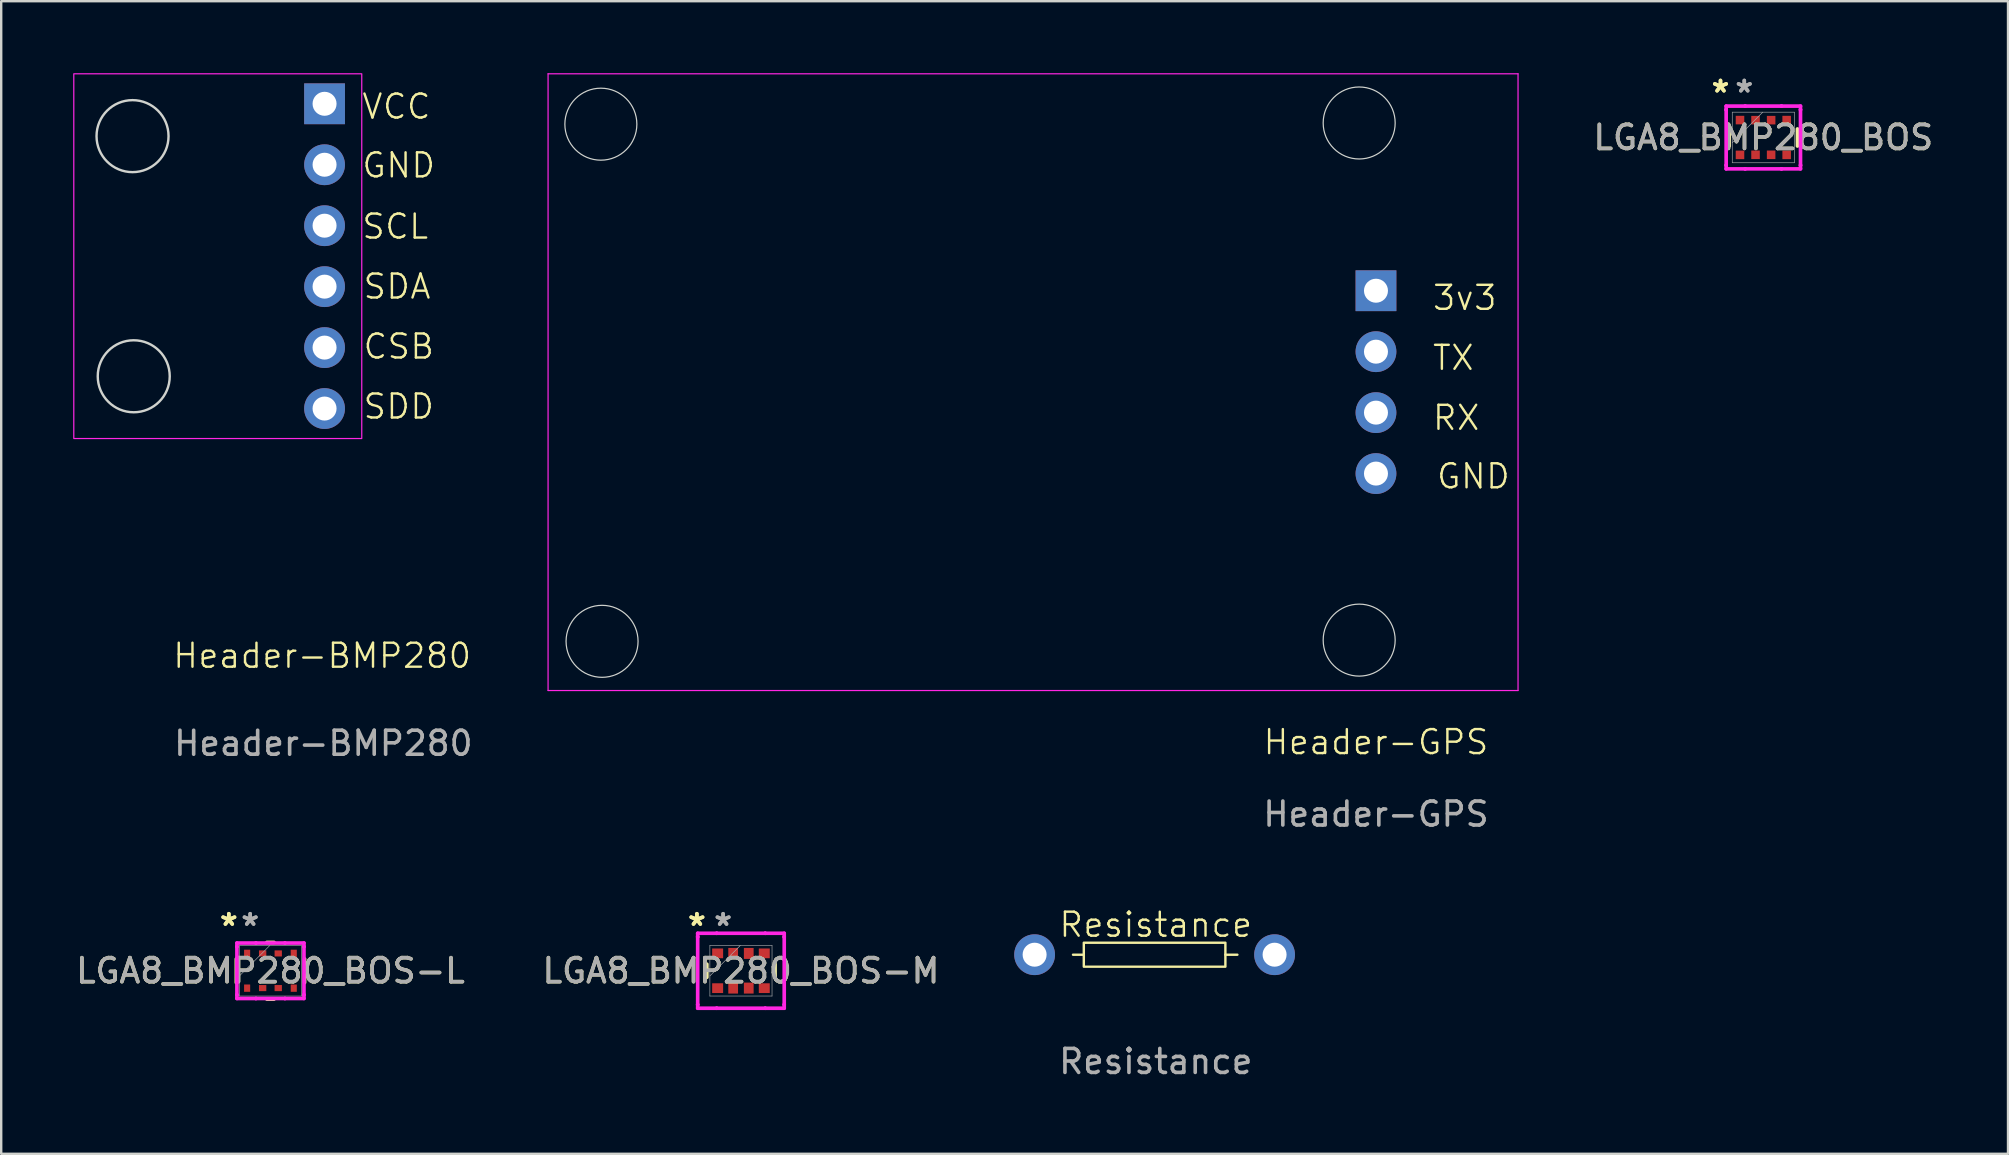
<source format=kicad_pcb>
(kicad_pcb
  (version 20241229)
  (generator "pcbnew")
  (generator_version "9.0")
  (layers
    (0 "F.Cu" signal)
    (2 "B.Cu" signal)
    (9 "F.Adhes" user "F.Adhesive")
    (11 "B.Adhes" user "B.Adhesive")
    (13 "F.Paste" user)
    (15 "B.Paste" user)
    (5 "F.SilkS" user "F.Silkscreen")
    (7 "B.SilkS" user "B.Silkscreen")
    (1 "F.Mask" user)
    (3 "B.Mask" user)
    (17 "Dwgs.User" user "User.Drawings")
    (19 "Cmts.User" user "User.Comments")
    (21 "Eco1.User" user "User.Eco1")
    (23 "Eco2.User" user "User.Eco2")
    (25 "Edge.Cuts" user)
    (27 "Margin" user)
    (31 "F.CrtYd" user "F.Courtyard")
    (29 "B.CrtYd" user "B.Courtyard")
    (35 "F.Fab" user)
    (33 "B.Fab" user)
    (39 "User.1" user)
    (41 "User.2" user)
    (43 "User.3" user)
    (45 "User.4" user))
  (footprint "Header-GPS"
    (layer "F.Cu")
    (at 54.289 12.875)
    (property "Reference" "Header-GPS" (at 0 15 0) (unlocked yes) (layer "F.SilkS") (effects (font (size 1 1) (thickness 0.1))))
    (attr through_hole)
    (fp_circle (center -32.3 -10.75) (end -30.8 -10.75) (stroke (width 0.05) (type default)) (fill no) (layer "Edge.Cuts"))
    (fp_circle (center -32.25 10.8) (end -30.75 10.8) (stroke (width 0.05) (type default)) (fill no) (layer "Edge.Cuts"))
    (fp_circle (center -0.7 -10.8) (end 0.8 -10.8) (stroke (width 0.05) (type default)) (fill no) (layer "Edge.Cuts"))
    (fp_circle (center -0.7 10.75) (end 0.8 10.75) (stroke (width 0.05) (type default)) (fill no) (layer "Edge.Cuts"))
    (fp_line (start -34.5 -12.85) (end 5.92 -12.85) (stroke (width 0.05) (type solid)) (layer "F.CrtYd"))
    (fp_line (start -34.5 12.85) (end -34.5 -12.85) (stroke (width 0.05) (type solid)) (layer "F.CrtYd"))
    (fp_line (start 5.92 -12.85) (end 5.92 12.85) (stroke (width 0.05) (type solid)) (layer "F.CrtYd"))
    (fp_line (start 5.92 12.85) (end -34.5 12.85) (stroke (width 0.05) (type solid)) (layer "F.CrtYd"))
    (fp_text user "RX" (at 2.3 2.07 0) (unlocked yes) (layer "F.SilkS") (effects (font (size 1 1) (thickness 0.1)) (justify left bottom)))
    (fp_text user "GND" (at 2.47 4.508 0) (unlocked yes) (layer "F.SilkS") (effects (font (size 1 1) (thickness 0.1)) (justify left bottom)))
    (fp_text user "TX" (at 2.3 -0.43 0) (unlocked yes) (layer "F.SilkS") (effects (font (size 1 1) (thickness 0.1)) (justify left bottom)))
    (fp_text user "3v3" (at 2.3 -2.93 0) (unlocked yes) (layer "F.SilkS") (effects (font (size 1 1) (thickness 0.1)) (justify left bottom)))
    (fp_text user "${REFERENCE}" (at 0 18 0) (unlocked yes) (layer "F.Fab") (effects (font (size 1 1) (thickness 0.15))))
    (pad "1" thru_hole rect (at 0 -3.81) (size 1.7 1.7) (drill 1) (layers "*.Cu" "*.Mask"))
    (pad "2" thru_hole oval (at 0 -1.27) (size 1.7 1.7) (drill 1) (layers "*.Cu" "*.Mask"))
    (pad "3" thru_hole oval (at 0 1.27) (size 1.7 1.7) (drill 1) (layers "*.Cu" "*.Mask"))
    (pad "4" thru_hole oval (at 0 3.81) (size 1.7 1.7) (drill 1) (layers "*.Cu" "*.Mask")))
  (footprint "Resistance"
    (layer "F.Cu")
    (at 45.164 36.834)
    (property "Reference" "Resistance" (at -0.05 -1.35 0) (unlocked yes) (layer "F.SilkS") (effects (font (size 1 1) (thickness 0.1))))
    (attr through_hole)
    (fp_line (start -3.5 -0.1) (end -3.05 -0.1) (stroke (width 0.1) (type default)) (layer "F.SilkS"))
    (fp_line (start 2.85 -0.1) (end 3.35 -0.1) (stroke (width 0.1) (type default)) (layer "F.SilkS"))
    (fp_rect (start -3.05 -0.6) (end 2.85 0.4) (stroke (width 0.1) (type default)) (fill no) (layer "F.SilkS"))
    (fp_text user "${REFERENCE}" (at -0.05 4.35 0) (unlocked yes) (layer "F.Fab") (effects (font (size 1 1) (thickness 0.15))))
    (pad "1" thru_hole oval (at 4.9 -0.1) (size 1.7 1.7) (drill 1) (layers "*.Cu" "*.Mask"))
    (pad "2" thru_hole oval (at -5.1 -0.1) (size 1.7 1.7) (drill 1) (layers "*.Cu" "*.Mask")))
  (footprint "LGA8_BMP280_BOS-L"
    (layer "F.Cu")
    (at 8.22 37.403)
    (property "Reference" "LGA8_BMP280_BOS-L" (at 0 0 0) (unlocked yes) (layer "F.SilkS") (effects (font (size 1 1) (thickness 0.15))))
    (attr smd)
    (fp_line (start -1.422 -0.493) (end -1.422 0.493) (stroke (width 0.152) (type solid)) (layer "F.SilkS"))
    (fp_line (start -0.149 1.181) (end 0.149 1.181) (stroke (width 0.152) (type solid)) (layer "F.SilkS"))
    (fp_line (start 0.149 -1.181) (end -0.149 -1.181) (stroke (width 0.152) (type solid)) (layer "F.SilkS"))
    (fp_line (start 1.422 0.493) (end 1.422 -0.493) (stroke (width 0.152) (type solid)) (layer "F.SilkS"))
    (fp_line (start -1.397 -1.156) (end -0.604 -1.156) (stroke (width 0.152) (type solid)) (layer "F.CrtYd"))
    (fp_line (start -1.397 -1.004) (end -1.397 -1.156) (stroke (width 0.152) (type solid)) (layer "F.CrtYd"))
    (fp_line (start -1.397 -1.004) (end -1.397 -1.004) (stroke (width 0.152) (type solid)) (layer "F.CrtYd"))
    (fp_line (start -1.397 1.004) (end -1.397 -1.004) (stroke (width 0.152) (type solid)) (layer "F.CrtYd"))
    (fp_line (start -1.397 1.004) (end -1.397 1.004) (stroke (width 0.152) (type solid)) (layer "F.CrtYd"))
    (fp_line (start -1.397 1.156) (end -1.397 1.004) (stroke (width 0.152) (type solid)) (layer "F.CrtYd"))
    (fp_line (start -1.397 1.156) (end -0.604 1.156) (stroke (width 0.152) (type solid)) (layer "F.CrtYd"))
    (fp_line (start -0.604 -1.156) (end -0.604 -1.156) (stroke (width 0.152) (type solid)) (layer "F.CrtYd"))
    (fp_line (start -0.604 -1.156) (end 0.604 -1.156) (stroke (width 0.152) (type solid)) (layer "F.CrtYd"))
    (fp_line (start -0.604 1.156) (end -0.604 1.156) (stroke (width 0.152) (type solid)) (layer "F.CrtYd"))
    (fp_line (start -0.604 1.156) (end 0.604 1.156) (stroke (width 0.152) (type solid)) (layer "F.CrtYd"))
    (fp_line (start 0.604 -1.156) (end 0.604 -1.156) (stroke (width 0.152) (type solid)) (layer "F.CrtYd"))
    (fp_line (start 0.604 -1.156) (end 1.397 -1.156) (stroke (width 0.152) (type solid)) (layer "F.CrtYd"))
    (fp_line (start 0.604 1.156) (end 0.604 1.156) (stroke (width 0.152) (type solid)) (layer "F.CrtYd"))
    (fp_line (start 0.604 1.156) (end 1.397 1.156) (stroke (width 0.152) (type solid)) (layer "F.CrtYd"))
    (fp_line (start 1.397 -1.004) (end 1.397 -1.156) (stroke (width 0.152) (type solid)) (layer "F.CrtYd"))
    (fp_line (start 1.397 -1.004) (end 1.397 -1.004) (stroke (width 0.152) (type solid)) (layer "F.CrtYd"))
    (fp_line (start 1.397 1.004) (end 1.397 -1.004) (stroke (width 0.152) (type solid)) (layer "F.CrtYd"))
    (fp_line (start 1.397 1.004) (end 1.397 1.004) (stroke (width 0.152) (type solid)) (layer "F.CrtYd"))
    (fp_line (start 1.397 1.156) (end 1.397 1.004) (stroke (width 0.152) (type solid)) (layer "F.CrtYd"))
    (fp_line (start -1.295 -1.054) (end -1.295 1.054) (stroke (width 0.025) (type solid)) (layer "F.Fab"))
    (fp_line (start -1.295 0.216) (end -0.025 -1.054) (stroke (width 0.025) (type solid)) (layer "F.Fab"))
    (fp_line (start -1.295 1.054) (end 1.295 1.054) (stroke (width 0.025) (type solid)) (layer "F.Fab"))
    (fp_line (start 1.295 -1.054) (end -1.295 -1.054) (stroke (width 0.025) (type solid)) (layer "F.Fab"))
    (fp_line (start 1.295 1.054) (end 1.295 -1.054) (stroke (width 0.025) (type solid)) (layer "F.Fab"))
    (fp_text user "*" (at -1.734 -1.831 0) (unlocked yes) (layer "F.SilkS") (effects (font (size 1 1) (thickness 0.15))))
    (fp_text user "*" (at -1.734 -1.831 0) (layer "F.SilkS") (effects (font (size 1 1) (thickness 0.15))))
    (fp_text user "*" (at -0.845 -1.831 0) (layer "F.Fab") (effects (font (size 1 1) (thickness 0.15))))
    (fp_text user "*" (at -0.845 -1.831 0) (unlocked yes) (layer "F.Fab") (effects (font (size 1 1) (thickness 0.15))))
    (fp_text user "${REFERENCE}" (at 0 0 0) (unlocked yes) (layer "F.Fab") (effects (font (size 1 1) (thickness 0.15))))
    (pad "1" smd rect (at -0.972 -0.725 90) (size 0.305 0.254) (layers "F.Cu" "F.Mask" "F.Paste"))
    (pad "2" smd rect (at -0.325 -0.722) (size 0.305 0.254) (layers "F.Cu" "F.Mask" "F.Paste"))
    (pad "3" smd rect (at 0.325 -0.722) (size 0.305 0.254) (layers "F.Cu" "F.Mask" "F.Paste"))
    (pad "4" smd rect (at 0.972 -0.725 90) (size 0.305 0.254) (layers "F.Cu" "F.Mask" "F.Paste"))
    (pad "5" smd rect (at 0.972 0.725 90) (size 0.305 0.254) (layers "F.Cu" "F.Mask" "F.Paste"))
    (pad "6" smd rect (at 0.325 0.722) (size 0.305 0.254) (layers "F.Cu" "F.Mask" "F.Paste"))
    (pad "7" smd rect (at -0.325 0.722) (size 0.305 0.254) (layers "F.Cu" "F.Mask" "F.Paste"))
    (pad "8" smd rect (at -0.972 0.725 90) (size 0.305 0.254) (layers "F.Cu" "F.Mask" "F.Paste")))
  (footprint "LGA8_BMP280_BOS-M"
    (layer "F.Cu")
    (at 27.827 37.403)
    (property "Reference" "LGA8_BMP280_BOS-M" (at 0 0 0) (unlocked yes) (layer "F.SilkS") (effects (font (size 1 1) (thickness 0.15))))
    (attr smd)
    (fp_line (start -1.422 -0.274) (end -1.422 0.274) (stroke (width 0.152) (type solid)) (layer "F.SilkS"))
    (fp_line (start 1.422 0.274) (end 1.422 -0.274) (stroke (width 0.152) (type solid)) (layer "F.SilkS"))
    (fp_line (start -1.803 -1.562) (end -1.011 -1.562) (stroke (width 0.152) (type solid)) (layer "F.CrtYd"))
    (fp_line (start -1.803 -1.411) (end -1.803 -1.562) (stroke (width 0.152) (type solid)) (layer "F.CrtYd"))
    (fp_line (start -1.803 -1.411) (end -1.803 -1.411) (stroke (width 0.152) (type solid)) (layer "F.CrtYd"))
    (fp_line (start -1.803 1.411) (end -1.803 -1.411) (stroke (width 0.152) (type solid)) (layer "F.CrtYd"))
    (fp_line (start -1.803 1.411) (end -1.803 1.411) (stroke (width 0.152) (type solid)) (layer "F.CrtYd"))
    (fp_line (start -1.803 1.562) (end -1.803 1.411) (stroke (width 0.152) (type solid)) (layer "F.CrtYd"))
    (fp_line (start -1.803 1.562) (end -1.011 1.562) (stroke (width 0.152) (type solid)) (layer "F.CrtYd"))
    (fp_line (start -1.011 -1.562) (end -1.011 -1.562) (stroke (width 0.152) (type solid)) (layer "F.CrtYd"))
    (fp_line (start -1.011 -1.562) (end 1.011 -1.562) (stroke (width 0.152) (type solid)) (layer "F.CrtYd"))
    (fp_line (start -1.011 1.562) (end -1.011 1.562) (stroke (width 0.152) (type solid)) (layer "F.CrtYd"))
    (fp_line (start -1.011 1.562) (end 1.011 1.562) (stroke (width 0.152) (type solid)) (layer "F.CrtYd"))
    (fp_line (start 1.011 -1.562) (end 1.011 -1.562) (stroke (width 0.152) (type solid)) (layer "F.CrtYd"))
    (fp_line (start 1.011 -1.562) (end 1.803 -1.562) (stroke (width 0.152) (type solid)) (layer "F.CrtYd"))
    (fp_line (start 1.011 1.562) (end 1.011 1.562) (stroke (width 0.152) (type solid)) (layer "F.CrtYd"))
    (fp_line (start 1.011 1.562) (end 1.803 1.562) (stroke (width 0.152) (type solid)) (layer "F.CrtYd"))
    (fp_line (start 1.803 -1.411) (end 1.803 -1.562) (stroke (width 0.152) (type solid)) (layer "F.CrtYd"))
    (fp_line (start 1.803 -1.411) (end 1.803 -1.411) (stroke (width 0.152) (type solid)) (layer "F.CrtYd"))
    (fp_line (start 1.803 1.411) (end 1.803 -1.411) (stroke (width 0.152) (type solid)) (layer "F.CrtYd"))
    (fp_line (start 1.803 1.411) (end 1.803 1.411) (stroke (width 0.152) (type solid)) (layer "F.CrtYd"))
    (fp_line (start 1.803 1.562) (end 1.803 1.411) (stroke (width 0.152) (type solid)) (layer "F.CrtYd"))
    (fp_line (start -1.295 -1.054) (end -1.295 1.054) (stroke (width 0.025) (type solid)) (layer "F.Fab"))
    (fp_line (start -1.295 0.216) (end -0.025 -1.054) (stroke (width 0.025) (type solid)) (layer "F.Fab"))
    (fp_line (start -1.295 1.054) (end 1.295 1.054) (stroke (width 0.025) (type solid)) (layer "F.Fab"))
    (fp_line (start 1.295 -1.054) (end -1.295 -1.054) (stroke (width 0.025) (type solid)) (layer "F.Fab"))
    (fp_line (start 1.295 1.054) (end 1.295 -1.054) (stroke (width 0.025) (type solid)) (layer "F.Fab"))
    (fp_text user "*" (at -1.836 -1.831 0) (layer "F.SilkS") (effects (font (size 1 1) (thickness 0.15))))
    (fp_text user "*" (at -1.836 -1.831 0) (unlocked yes) (layer "F.SilkS") (effects (font (size 1 1) (thickness 0.15))))
    (fp_text user "${REFERENCE}" (at 0 0 0) (unlocked yes) (layer "F.Fab") (effects (font (size 1 1) (thickness 0.15))))
    (fp_text user "*" (at -0.744 -1.831 0) (layer "F.Fab") (effects (font (size 1 1) (thickness 0.15))))
    (fp_text user "*" (at -0.744 -1.831 0) (unlocked yes) (layer "F.Fab") (effects (font (size 1 1) (thickness 0.15))))
    (pad "1" smd rect (at -0.972 -0.725 90) (size 0.406 0.457) (layers "F.Cu" "F.Mask" "F.Paste"))
    (pad "2" smd rect (at -0.325 -0.722) (size 0.406 0.457) (layers "F.Cu" "F.Mask" "F.Paste"))
    (pad "3" smd rect (at 0.325 -0.722) (size 0.406 0.457) (layers "F.Cu" "F.Mask" "F.Paste"))
    (pad "4" smd rect (at 0.972 -0.725 90) (size 0.406 0.457) (layers "F.Cu" "F.Mask" "F.Paste"))
    (pad "5" smd rect (at 0.972 0.725 90) (size 0.406 0.457) (layers "F.Cu" "F.Mask" "F.Paste"))
    (pad "6" smd rect (at 0.325 0.722) (size 0.406 0.457) (layers "F.Cu" "F.Mask" "F.Paste"))
    (pad "7" smd rect (at -0.325 0.722) (size 0.406 0.457) (layers "F.Cu" "F.Mask" "F.Paste"))
    (pad "8" smd rect (at -0.972 0.725 90) (size 0.406 0.457) (layers "F.Cu" "F.Mask" "F.Paste")))
  (footprint "Header-BMP280"
    (layer "F.Cu")
    (at 10.475 13.975)
    (property "Reference" "Header-BMP280" (at -0.1 10.3 0) (unlocked yes) (layer "F.SilkS") (effects (font (size 1 1) (thickness 0.1))))
    (attr through_hole)
    (fp_circle (center -8.002 -11.352) (end -6.502 -11.352) (stroke (width 0.1) (type default)) (fill no) (layer "Edge.Cuts"))
    (fp_circle (center -7.952 -1.345) (end -6.452 -1.345) (stroke (width 0.1) (type default)) (fill no) (layer "Edge.Cuts"))
    (fp_rect (start -10.45 -13.95) (end 1.55 1.25) (stroke (width 0.05) (type default)) (fill no) (layer "F.CrtYd"))
    (fp_text user "GND" (at 1.5 -9.55 0) (unlocked yes) (layer "F.SilkS") (effects (font (size 1 1) (thickness 0.1)) (justify left bottom)))
    (fp_text user "SDD" (at 1.55 0.5 0) (unlocked yes) (layer "F.SilkS") (effects (font (size 1 1) (thickness 0.1)) (justify left bottom)))
    (fp_text user "VCC" (at 1.5 -12 0) (unlocked yes) (layer "F.SilkS") (effects (font (size 1 1) (thickness 0.1)) (justify left bottom)))
    (fp_text user "SDA" (at 1.55 -4.5 0) (unlocked yes) (layer "F.SilkS") (effects (font (size 1 1) (thickness 0.1)) (justify left bottom)))
    (fp_text user "SCL" (at 1.5 -7 0) (unlocked yes) (layer "F.SilkS") (effects (font (size 1 1) (thickness 0.1)) (justify left bottom)))
    (fp_text user "CSB" (at 1.55 -2 0) (unlocked yes) (layer "F.SilkS") (effects (font (size 1 1) (thickness 0.1)) (justify left bottom)))
    (fp_text user "${REFERENCE}" (at -0.05 13.95 0) (unlocked yes) (layer "F.Fab") (effects (font (size 1 1) (thickness 0.15))))
    (pad "1" thru_hole rect (at 0 -12.7) (size 1.7 1.7) (drill 1) (layers "*.Cu" "*.Mask"))
    (pad "2" thru_hole oval (at 0 -10.16) (size 1.7 1.7) (drill 1) (layers "*.Cu" "*.Mask"))
    (pad "3" thru_hole oval (at 0 -7.62) (size 1.7 1.7) (drill 1) (layers "*.Cu" "*.Mask"))
    (pad "4" thru_hole oval (at 0 -5.08) (size 1.7 1.7) (drill 1) (layers "*.Cu" "*.Mask"))
    (pad "5" thru_hole oval (at 0 -2.54) (size 1.7 1.7) (drill 1) (layers "*.Cu" "*.Mask"))
    (pad "6" thru_hole oval (at 0 0) (size 1.7 1.7) (drill 1) (layers "*.Cu" "*.Mask")))
  (footprint "LGA8_BMP280_BOS"
    (layer "F.Cu")
    (at 70.431 2.679)
    (property "Reference" "LGA8_BMP280_BOS" (at 0 0 0) (unlocked yes) (layer "F.SilkS") (effects (font (size 1 1) (thickness 0.15))))
    (attr smd)
    (fp_line (start -1.422 -0.356) (end -1.422 0.356) (stroke (width 0.152) (type solid)) (layer "F.SilkS"))
    (fp_line (start 1.422 0.356) (end 1.422 -0.356) (stroke (width 0.152) (type solid)) (layer "F.SilkS"))
    (fp_line (start -1.549 -1.308) (end -0.757 -1.308) (stroke (width 0.152) (type solid)) (layer "F.CrtYd"))
    (fp_line (start -1.549 -1.157) (end -1.549 -1.308) (stroke (width 0.152) (type solid)) (layer "F.CrtYd"))
    (fp_line (start -1.549 -1.157) (end -1.549 -1.157) (stroke (width 0.152) (type solid)) (layer "F.CrtYd"))
    (fp_line (start -1.549 1.157) (end -1.549 -1.157) (stroke (width 0.152) (type solid)) (layer "F.CrtYd"))
    (fp_line (start -1.549 1.157) (end -1.549 1.157) (stroke (width 0.152) (type solid)) (layer "F.CrtYd"))
    (fp_line (start -1.549 1.308) (end -1.549 1.157) (stroke (width 0.152) (type solid)) (layer "F.CrtYd"))
    (fp_line (start -1.549 1.308) (end -0.757 1.308) (stroke (width 0.152) (type solid)) (layer "F.CrtYd"))
    (fp_line (start -0.757 -1.308) (end -0.757 -1.308) (stroke (width 0.152) (type solid)) (layer "F.CrtYd"))
    (fp_line (start -0.757 -1.308) (end 0.757 -1.308) (stroke (width 0.152) (type solid)) (layer "F.CrtYd"))
    (fp_line (start -0.757 1.308) (end -0.757 1.308) (stroke (width 0.152) (type solid)) (layer "F.CrtYd"))
    (fp_line (start -0.757 1.308) (end 0.757 1.308) (stroke (width 0.152) (type solid)) (layer "F.CrtYd"))
    (fp_line (start 0.757 -1.308) (end 0.757 -1.308) (stroke (width 0.152) (type solid)) (layer "F.CrtYd"))
    (fp_line (start 0.757 -1.308) (end 1.549 -1.308) (stroke (width 0.152) (type solid)) (layer "F.CrtYd"))
    (fp_line (start 0.757 1.308) (end 0.757 1.308) (stroke (width 0.152) (type solid)) (layer "F.CrtYd"))
    (fp_line (start 0.757 1.308) (end 1.549 1.308) (stroke (width 0.152) (type solid)) (layer "F.CrtYd"))
    (fp_line (start 1.549 -1.157) (end 1.549 -1.308) (stroke (width 0.152) (type solid)) (layer "F.CrtYd"))
    (fp_line (start 1.549 -1.157) (end 1.549 -1.157) (stroke (width 0.152) (type solid)) (layer "F.CrtYd"))
    (fp_line (start 1.549 1.157) (end 1.549 -1.157) (stroke (width 0.152) (type solid)) (layer "F.CrtYd"))
    (fp_line (start 1.549 1.157) (end 1.549 1.157) (stroke (width 0.152) (type solid)) (layer "F.CrtYd"))
    (fp_line (start 1.549 1.308) (end 1.549 1.157) (stroke (width 0.152) (type solid)) (layer "F.CrtYd"))
    (fp_line (start -1.295 -1.054) (end -1.295 1.054) (stroke (width 0.025) (type solid)) (layer "F.Fab"))
    (fp_line (start -1.295 0.216) (end -0.025 -1.054) (stroke (width 0.025) (type solid)) (layer "F.Fab"))
    (fp_line (start -1.295 1.054) (end 1.295 1.054) (stroke (width 0.025) (type solid)) (layer "F.Fab"))
    (fp_line (start 1.295 -1.054) (end -1.295 -1.054) (stroke (width 0.025) (type solid)) (layer "F.Fab"))
    (fp_line (start 1.295 1.054) (end 1.295 -1.054) (stroke (width 0.025) (type solid)) (layer "F.Fab"))
    (fp_text user "*" (at -1.785 -1.831 0) (layer "F.SilkS") (effects (font (size 1 1) (thickness 0.15))))
    (fp_text user "*" (at -1.785 -1.831 0) (unlocked yes) (layer "F.SilkS") (effects (font (size 1 1) (thickness 0.15))))
    (fp_text user "*" (at -0.794 -1.831 0) (layer "F.Fab") (effects (font (size 1 1) (thickness 0.15))))
    (fp_text user "${REFERENCE}" (at 0 0 0) (unlocked yes) (layer "F.Fab") (effects (font (size 1 1) (thickness 0.15))))
    (fp_text user "*" (at -0.794 -1.831 0) (unlocked yes) (layer "F.Fab") (effects (font (size 1 1) (thickness 0.15))))
    (pad "1" smd rect (at -0.972 -0.725 90) (size 0.356 0.356) (layers "F.Cu" "F.Mask" "F.Paste"))
    (pad "2" smd rect (at -0.325 -0.722) (size 0.356 0.356) (layers "F.Cu" "F.Mask" "F.Paste"))
    (pad "3" smd rect (at 0.325 -0.722) (size 0.356 0.356) (layers "F.Cu" "F.Mask" "F.Paste"))
    (pad "4" smd rect (at 0.972 -0.725 90) (size 0.356 0.356) (layers "F.Cu" "F.Mask" "F.Paste"))
    (pad "5" smd rect (at 0.972 0.725 90) (size 0.356 0.356) (layers "F.Cu" "F.Mask" "F.Paste"))
    (pad "6" smd rect (at 0.325 0.722) (size 0.356 0.356) (layers "F.Cu" "F.Mask" "F.Paste"))
    (pad "7" smd rect (at -0.325 0.722) (size 0.356 0.356) (layers "F.Cu" "F.Mask" "F.Paste"))
    (pad "8" smd rect (at -0.972 0.725 90) (size 0.356 0.356) (layers "F.Cu" "F.Mask" "F.Paste")))
  (gr_rect
    (start -3 -3)
    (end 80.627 45.032)
    (stroke (width 0.1) (type default))
    (fill no)
    (layer "Edge.Cuts")))
</source>
